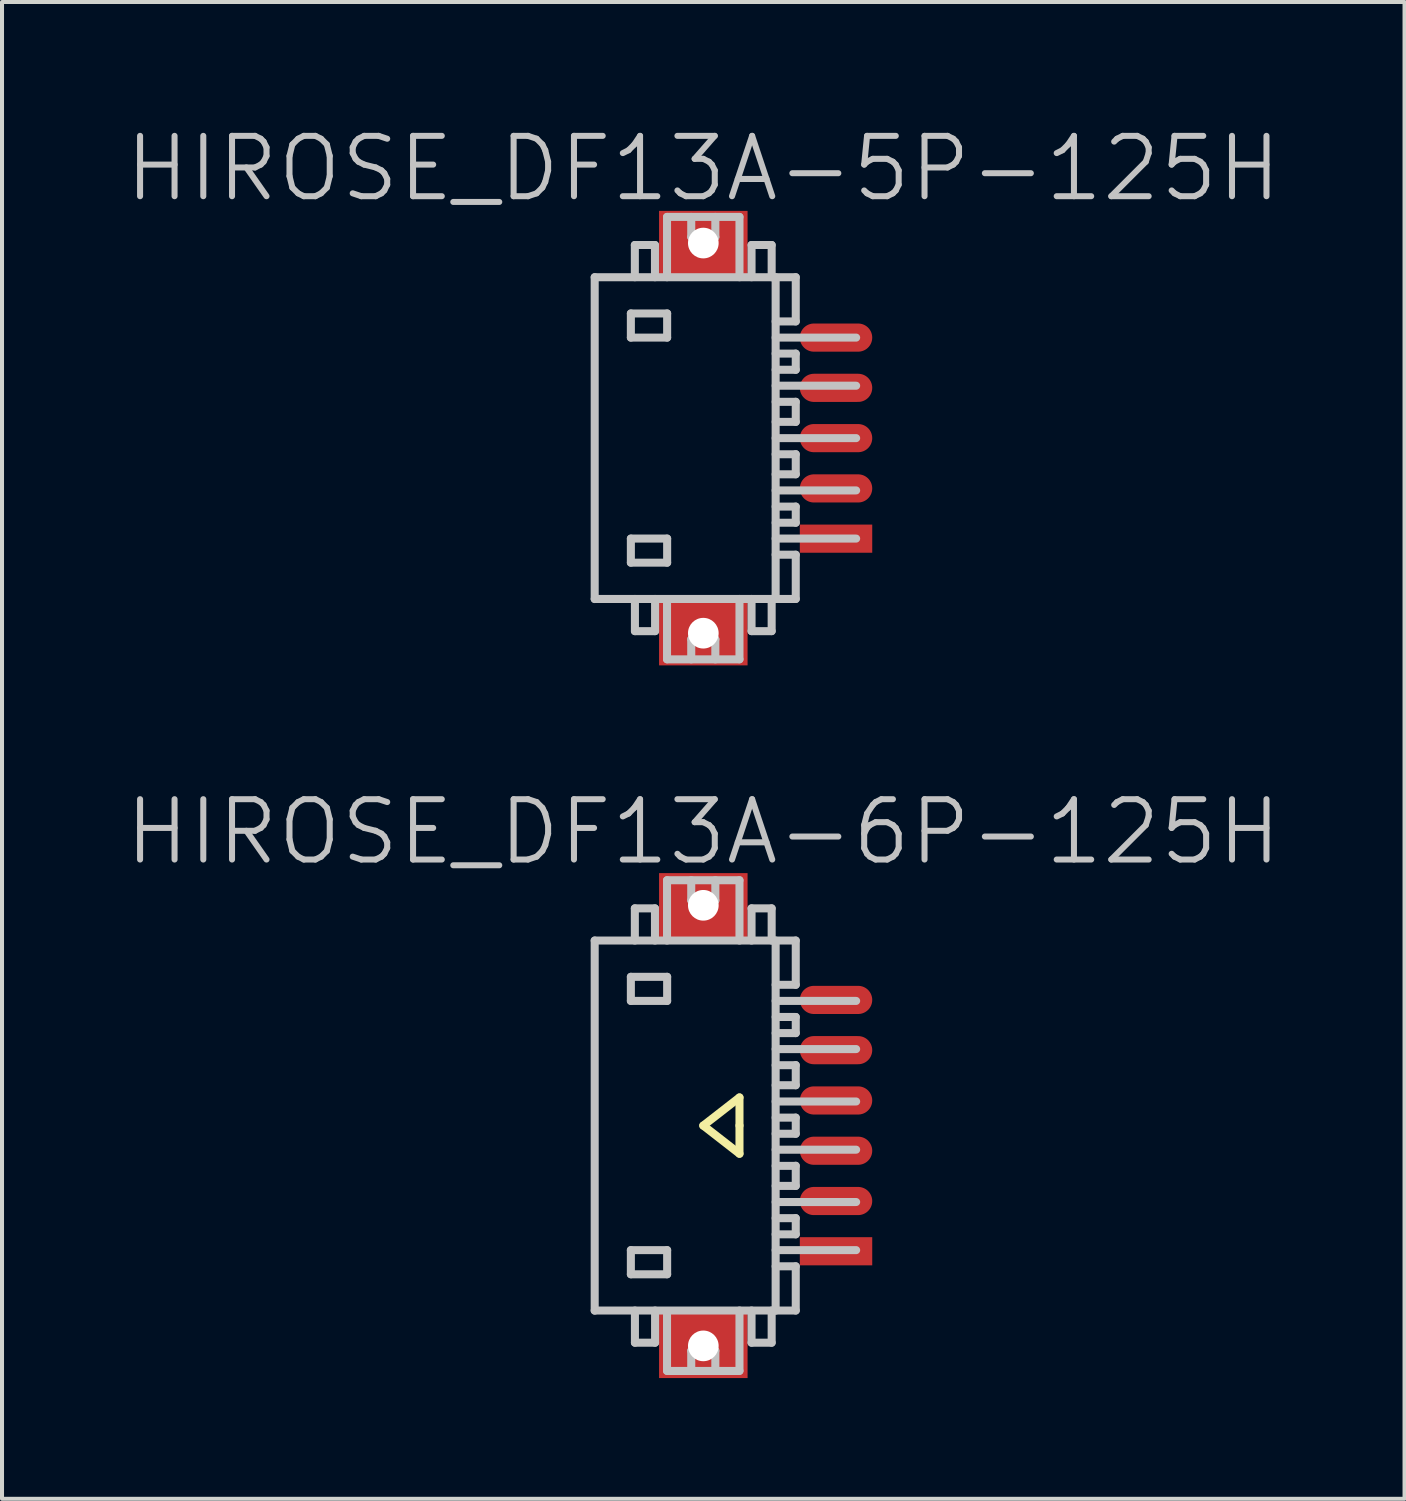
<source format=kicad_pcb>
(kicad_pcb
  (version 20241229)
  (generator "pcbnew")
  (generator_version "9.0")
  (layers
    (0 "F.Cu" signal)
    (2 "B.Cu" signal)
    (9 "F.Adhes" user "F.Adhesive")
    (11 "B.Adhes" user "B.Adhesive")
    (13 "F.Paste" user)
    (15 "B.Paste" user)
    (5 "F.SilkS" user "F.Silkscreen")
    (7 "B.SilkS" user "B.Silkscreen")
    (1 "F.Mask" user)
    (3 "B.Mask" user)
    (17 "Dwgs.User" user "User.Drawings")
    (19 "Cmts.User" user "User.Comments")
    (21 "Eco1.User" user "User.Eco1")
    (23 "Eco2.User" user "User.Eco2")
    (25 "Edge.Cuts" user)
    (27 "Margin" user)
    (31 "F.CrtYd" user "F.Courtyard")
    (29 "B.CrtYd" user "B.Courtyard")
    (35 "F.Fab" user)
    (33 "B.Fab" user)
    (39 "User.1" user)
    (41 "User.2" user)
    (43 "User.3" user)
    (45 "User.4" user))
  (footprint "HIROSE_DF13A-6P-125H"
    (layer "F.Cu")
    (at 14.432 24.93)
    (property "Reference" "HIROSE_DF13A-6P-125H" (at 0 -7.3 180) (layer "Dwgs.User") (effects (font (size 1.5 1.5) (thickness 0.15))))
    (attr smd)
    (fp_line (start 0 0) (end 0.9 0.7) (stroke (width 0.2) (type solid)) (layer "F.SilkS"))
    (fp_line (start 0.9 -0.7) (end 0 0) (stroke (width 0.2) (type solid)) (layer "F.SilkS"))
    (fp_line (start 0.9 0) (end 0.9 -0.7) (stroke (width 0.2) (type solid)) (layer "F.SilkS"))
    (fp_line (start 0.9 0.7) (end 0.9 0) (stroke (width 0.2) (type solid)) (layer "F.SilkS"))
    (fp_line (start -2.699 -4.6) (end -2.699 4.6) (stroke (width 0.2) (type solid)) (layer "Dwgs.User"))
    (fp_line (start -2.699 -4.6) (end 2.299 -4.6) (stroke (width 0.2) (type solid)) (layer "Dwgs.User"))
    (fp_line (start -1.8 -3.698) (end -1.8 -3.099) (stroke (width 0.2) (type solid)) (layer "Dwgs.User"))
    (fp_line (start -1.8 -3.099) (end -0.898 -3.099) (stroke (width 0.2) (type solid)) (layer "Dwgs.User"))
    (fp_line (start -1.8 3.096) (end -0.898 3.096) (stroke (width 0.2) (type solid)) (layer "Dwgs.User"))
    (fp_line (start -1.8 3.696) (end -1.8 3.096) (stroke (width 0.2) (type solid)) (layer "Dwgs.User"))
    (fp_line (start -1.701 -5.4) (end -1.701 -4.6) (stroke (width 0.2) (type solid)) (layer "Dwgs.User"))
    (fp_line (start -1.699 5.397) (end -1.699 4.597) (stroke (width 0.2) (type solid)) (layer "Dwgs.User"))
    (fp_line (start -1.201 -5.4) (end -1.701 -5.4) (stroke (width 0.2) (type solid)) (layer "Dwgs.User"))
    (fp_line (start -1.201 -4.6) (end -1.201 -5.4) (stroke (width 0.2) (type solid)) (layer "Dwgs.User"))
    (fp_line (start -1.198 4.597) (end -1.198 5.397) (stroke (width 0.2) (type solid)) (layer "Dwgs.User"))
    (fp_line (start -1.198 5.397) (end -1.699 5.397) (stroke (width 0.2) (type solid)) (layer "Dwgs.User"))
    (fp_line (start -0.901 -6.099) (end -0.901 -4.6) (stroke (width 0.2) (type solid)) (layer "Dwgs.User"))
    (fp_line (start -0.901 6.096) (end -0.901 4.696) (stroke (width 0.2) (type solid)) (layer "Dwgs.User"))
    (fp_line (start -0.898 -3.698) (end -1.8 -3.698) (stroke (width 0.2) (type solid)) (layer "Dwgs.User"))
    (fp_line (start -0.898 -3.099) (end -0.898 -3.698) (stroke (width 0.2) (type solid)) (layer "Dwgs.User"))
    (fp_line (start -0.898 3.096) (end -0.898 3.696) (stroke (width 0.2) (type solid)) (layer "Dwgs.User"))
    (fp_line (start -0.898 3.696) (end -1.8 3.696) (stroke (width 0.2) (type solid)) (layer "Dwgs.User"))
    (fp_line (start -0.299 -5.598) (end -0.299 -6.099) (stroke (width 0.2) (type solid)) (layer "Dwgs.User"))
    (fp_line (start -0.299 -5.598) (end 0.3 -5.598) (stroke (width 0.2) (type solid)) (layer "Dwgs.User"))
    (fp_line (start -0.299 5.598) (end 0.3 5.598) (stroke (width 0.2) (type solid)) (layer "Dwgs.User"))
    (fp_line (start -0.299 6.099) (end -0.299 5.598) (stroke (width 0.2) (type solid)) (layer "Dwgs.User"))
    (fp_line (start 0.3 -5.598) (end 0.3 -6.099) (stroke (width 0.2) (type solid)) (layer "Dwgs.User"))
    (fp_line (start 0.3 6.099) (end 0.3 5.598) (stroke (width 0.2) (type solid)) (layer "Dwgs.User"))
    (fp_line (start 0.9 -6.099) (end -0.901 -6.099) (stroke (width 0.2) (type solid)) (layer "Dwgs.User"))
    (fp_line (start 0.9 -4.6) (end 0.9 -6.099) (stroke (width 0.2) (type solid)) (layer "Dwgs.User"))
    (fp_line (start 0.9 6.096) (end 0.9 4.597) (stroke (width 0.2) (type solid)) (layer "Dwgs.User"))
    (fp_line (start 0.9 6.099) (end -0.901 6.099) (stroke (width 0.2) (type solid)) (layer "Dwgs.User"))
    (fp_line (start 1.2 -4.6) (end 1.2 -5.4) (stroke (width 0.2) (type solid)) (layer "Dwgs.User"))
    (fp_line (start 1.2 5.397) (end 1.2 4.597) (stroke (width 0.2) (type solid)) (layer "Dwgs.User"))
    (fp_line (start 1.7 -5.4) (end 1.2 -5.4) (stroke (width 0.2) (type solid)) (layer "Dwgs.User"))
    (fp_line (start 1.7 -5.4) (end 1.7 -4.6) (stroke (width 0.2) (type solid)) (layer "Dwgs.User"))
    (fp_line (start 1.7 4.597) (end 1.7 5.397) (stroke (width 0.2) (type solid)) (layer "Dwgs.User"))
    (fp_line (start 1.7 5.397) (end 1.2 5.397) (stroke (width 0.2) (type solid)) (layer "Dwgs.User"))
    (fp_line (start 1.799 -1.902) (end 3.8 -1.902) (stroke (width 0.2) (type solid)) (layer "Dwgs.User"))
    (fp_line (start 1.799 -1.501) (end 2.299 -1.501) (stroke (width 0.2) (type solid)) (layer "Dwgs.User"))
    (fp_line (start 1.799 -0.599) (end 3.8 -0.599) (stroke (width 0.2) (type solid)) (layer "Dwgs.User"))
    (fp_line (start 1.799 0.599) (end 3.8 0.599) (stroke (width 0.2) (type solid)) (layer "Dwgs.User"))
    (fp_line (start 1.799 1.001) (end 2.299 1.001) (stroke (width 0.2) (type solid)) (layer "Dwgs.User"))
    (fp_line (start 1.799 1.9) (end 3.8 1.9) (stroke (width 0.2) (type solid)) (layer "Dwgs.User"))
    (fp_line (start 1.799 3.096) (end 3.8 3.096) (stroke (width 0.2) (type solid)) (layer "Dwgs.User"))
    (fp_line (start 1.799 4.6) (end 1.799 -4.6) (stroke (width 0.2) (type solid)) (layer "Dwgs.User"))
    (fp_line (start 2.299 -3.5) (end 1.799 -3.5) (stroke (width 0.2) (type solid)) (layer "Dwgs.User"))
    (fp_line (start 2.299 -3.5) (end 2.299 -4.6) (stroke (width 0.2) (type solid)) (layer "Dwgs.User"))
    (fp_line (start 2.299 -2.7) (end 1.799 -2.7) (stroke (width 0.2) (type solid)) (layer "Dwgs.User"))
    (fp_line (start 2.299 -2.299) (end 1.799 -2.299) (stroke (width 0.2) (type solid)) (layer "Dwgs.User"))
    (fp_line (start 2.299 -2.299) (end 2.299 -2.7) (stroke (width 0.2) (type solid)) (layer "Dwgs.User"))
    (fp_line (start 2.299 -1.504) (end 2.299 -1.003) (stroke (width 0.2) (type solid)) (layer "Dwgs.User"))
    (fp_line (start 2.299 -1.003) (end 1.799 -1.003) (stroke (width 0.2) (type solid)) (layer "Dwgs.User"))
    (fp_line (start 2.299 -0.198) (end 1.799 -0.198) (stroke (width 0.2) (type solid)) (layer "Dwgs.User"))
    (fp_line (start 2.299 0.203) (end 1.799 0.203) (stroke (width 0.2) (type solid)) (layer "Dwgs.User"))
    (fp_line (start 2.299 0.203) (end 2.299 -0.198) (stroke (width 0.2) (type solid)) (layer "Dwgs.User"))
    (fp_line (start 2.299 0.998) (end 2.299 1.499) (stroke (width 0.2) (type solid)) (layer "Dwgs.User"))
    (fp_line (start 2.299 1.499) (end 1.799 1.499) (stroke (width 0.2) (type solid)) (layer "Dwgs.User"))
    (fp_line (start 2.299 2.301) (end 1.799 2.301) (stroke (width 0.2) (type solid)) (layer "Dwgs.User"))
    (fp_line (start 2.299 2.703) (end 1.799 2.703) (stroke (width 0.2) (type solid)) (layer "Dwgs.User"))
    (fp_line (start 2.299 2.703) (end 2.299 2.301) (stroke (width 0.2) (type solid)) (layer "Dwgs.User"))
    (fp_line (start 2.299 3.498) (end 1.799 3.498) (stroke (width 0.2) (type solid)) (layer "Dwgs.User"))
    (fp_line (start 2.299 4.597) (end -2.699 4.597) (stroke (width 0.2) (type solid)) (layer "Dwgs.User"))
    (fp_line (start 2.299 4.597) (end 2.299 3.498) (stroke (width 0.2) (type solid)) (layer "Dwgs.User"))
    (fp_line (start 3.8 -3.099) (end 1.799 -3.099) (stroke (width 0.2) (type solid)) (layer "Dwgs.User"))
    (pad "" np_thru_hole rect (at 0.001 -5.476 270) (size 1.6 2.2) (drill 0.762) (layers "F.Cu" "F.Mask" "F.Paste"))
    (pad "" np_thru_hole rect (at 0.001 5.476 270) (size 1.6 2.2) (drill 0.762) (layers "F.Cu" "F.Mask" "F.Paste"))
    (pad "1" smd rect (at 3.3 3.124 270) (size 0.7 1.8) (layers "F.Cu" "F.Mask" "F.Paste"))
    (pad "2" smd oval (at 3.3 1.875 270) (size 0.7 1.8) (layers "F.Cu" "F.Mask" "F.Paste"))
    (pad "3" smd oval (at 3.3 0.625 270) (size 0.7 1.8) (layers "F.Cu" "F.Mask" "F.Paste"))
    (pad "4" smd oval (at 3.3 -0.625 270) (size 0.7 1.8) (layers "F.Cu" "F.Mask" "F.Paste"))
    (pad "5" smd oval (at 3.3 -1.875 270) (size 0.7 1.8) (layers "F.Cu" "F.Mask" "F.Paste"))
    (pad "6" smd oval (at 3.3 -3.124 270) (size 0.7 1.8) (layers "F.Cu" "F.Mask" "F.Paste")))
  (footprint "HIROSE_DF13A-5P-125H"
    (layer "F.Cu")
    (at 14.432 7.841)
    (property "Reference" "HIROSE_DF13A-5P-125H" (at 0 -6.7 180) (layer "Dwgs.User") (effects (font (size 1.5 1.5) (thickness 0.15))))
    (attr smd)
    (fp_line (start -2.699 -4) (end -2.699 4) (stroke (width 0.2) (type solid)) (layer "Dwgs.User"))
    (fp_line (start -2.699 -4) (end 2.299 -4) (stroke (width 0.2) (type solid)) (layer "Dwgs.User"))
    (fp_line (start -1.8 -3.099) (end -1.8 -2.499) (stroke (width 0.2) (type solid)) (layer "Dwgs.User"))
    (fp_line (start -1.8 -2.499) (end -0.898 -2.499) (stroke (width 0.2) (type solid)) (layer "Dwgs.User"))
    (fp_line (start -1.8 2.497) (end -0.898 2.497) (stroke (width 0.2) (type solid)) (layer "Dwgs.User"))
    (fp_line (start -1.8 3.096) (end -1.8 2.497) (stroke (width 0.2) (type solid)) (layer "Dwgs.User"))
    (fp_line (start -1.701 -4.801) (end -1.701 -4) (stroke (width 0.2) (type solid)) (layer "Dwgs.User"))
    (fp_line (start -1.699 4.798) (end -1.699 3.998) (stroke (width 0.2) (type solid)) (layer "Dwgs.User"))
    (fp_line (start -1.201 -4.801) (end -1.701 -4.801) (stroke (width 0.2) (type solid)) (layer "Dwgs.User"))
    (fp_line (start -1.201 -4) (end -1.201 -4.801) (stroke (width 0.2) (type solid)) (layer "Dwgs.User"))
    (fp_line (start -1.198 3.998) (end -1.198 4.798) (stroke (width 0.2) (type solid)) (layer "Dwgs.User"))
    (fp_line (start -1.198 4.798) (end -1.699 4.798) (stroke (width 0.2) (type solid)) (layer "Dwgs.User"))
    (fp_line (start -0.901 -5.499) (end -0.901 -4) (stroke (width 0.2) (type solid)) (layer "Dwgs.User"))
    (fp_line (start -0.901 5.497) (end -0.901 4.097) (stroke (width 0.2) (type solid)) (layer "Dwgs.User"))
    (fp_line (start -0.898 -3.099) (end -1.8 -3.099) (stroke (width 0.2) (type solid)) (layer "Dwgs.User"))
    (fp_line (start -0.898 -2.499) (end -0.898 -3.099) (stroke (width 0.2) (type solid)) (layer "Dwgs.User"))
    (fp_line (start -0.898 2.497) (end -0.898 3.096) (stroke (width 0.2) (type solid)) (layer "Dwgs.User"))
    (fp_line (start -0.898 3.096) (end -1.8 3.096) (stroke (width 0.2) (type solid)) (layer "Dwgs.User"))
    (fp_line (start -0.299 -4.999) (end -0.299 -5.499) (stroke (width 0.2) (type solid)) (layer "Dwgs.User"))
    (fp_line (start -0.299 -4.999) (end 0.3 -4.999) (stroke (width 0.2) (type solid)) (layer "Dwgs.User"))
    (fp_line (start -0.299 4.999) (end 0.3 4.999) (stroke (width 0.2) (type solid)) (layer "Dwgs.User"))
    (fp_line (start -0.299 5.499) (end -0.299 4.999) (stroke (width 0.2) (type solid)) (layer "Dwgs.User"))
    (fp_line (start 0.3 -4.999) (end 0.3 -5.499) (stroke (width 0.2) (type solid)) (layer "Dwgs.User"))
    (fp_line (start 0.3 5.499) (end 0.3 4.999) (stroke (width 0.2) (type solid)) (layer "Dwgs.User"))
    (fp_line (start 0.9 -5.499) (end -0.901 -5.499) (stroke (width 0.2) (type solid)) (layer "Dwgs.User"))
    (fp_line (start 0.9 -4) (end 0.9 -5.499) (stroke (width 0.2) (type solid)) (layer "Dwgs.User"))
    (fp_line (start 0.9 5.497) (end 0.9 3.998) (stroke (width 0.2) (type solid)) (layer "Dwgs.User"))
    (fp_line (start 0.9 5.499) (end -0.901 5.499) (stroke (width 0.2) (type solid)) (layer "Dwgs.User"))
    (fp_line (start 1.2 -4) (end 1.2 -4.801) (stroke (width 0.2) (type solid)) (layer "Dwgs.User"))
    (fp_line (start 1.2 4.798) (end 1.2 3.998) (stroke (width 0.2) (type solid)) (layer "Dwgs.User"))
    (fp_line (start 1.7 -4.801) (end 1.2 -4.801) (stroke (width 0.2) (type solid)) (layer "Dwgs.User"))
    (fp_line (start 1.7 -4.801) (end 1.7 -4) (stroke (width 0.2) (type solid)) (layer "Dwgs.User"))
    (fp_line (start 1.7 3.998) (end 1.7 4.798) (stroke (width 0.2) (type solid)) (layer "Dwgs.User"))
    (fp_line (start 1.7 4.798) (end 1.2 4.798) (stroke (width 0.2) (type solid)) (layer "Dwgs.User"))
    (fp_line (start 1.799 -1.303) (end 3.8 -1.303) (stroke (width 0.2) (type solid)) (layer "Dwgs.User"))
    (fp_line (start 1.799 -0.902) (end 2.299 -0.902) (stroke (width 0.2) (type solid)) (layer "Dwgs.User"))
    (fp_line (start 1.799 0) (end 3.8 0) (stroke (width 0.2) (type solid)) (layer "Dwgs.User"))
    (fp_line (start 1.799 0.401) (end 2.299 0.401) (stroke (width 0.2) (type solid)) (layer "Dwgs.User"))
    (fp_line (start 1.799 1.3) (end 3.8 1.3) (stroke (width 0.2) (type solid)) (layer "Dwgs.User"))
    (fp_line (start 1.799 2.497) (end 3.8 2.497) (stroke (width 0.2) (type solid)) (layer "Dwgs.User"))
    (fp_line (start 1.799 4) (end 1.799 -4) (stroke (width 0.2) (type solid)) (layer "Dwgs.User"))
    (fp_line (start 2.299 -2.901) (end 1.799 -2.901) (stroke (width 0.2) (type solid)) (layer "Dwgs.User"))
    (fp_line (start 2.299 -2.901) (end 2.299 -4) (stroke (width 0.2) (type solid)) (layer "Dwgs.User"))
    (fp_line (start 2.299 -2.101) (end 1.799 -2.101) (stroke (width 0.2) (type solid)) (layer "Dwgs.User"))
    (fp_line (start 2.299 -1.699) (end 1.799 -1.699) (stroke (width 0.2) (type solid)) (layer "Dwgs.User"))
    (fp_line (start 2.299 -1.699) (end 2.299 -2.101) (stroke (width 0.2) (type solid)) (layer "Dwgs.User"))
    (fp_line (start 2.299 -0.904) (end 2.299 -0.404) (stroke (width 0.2) (type solid)) (layer "Dwgs.User"))
    (fp_line (start 2.299 -0.404) (end 1.799 -0.404) (stroke (width 0.2) (type solid)) (layer "Dwgs.User"))
    (fp_line (start 2.299 0.399) (end 2.299 0.899) (stroke (width 0.2) (type solid)) (layer "Dwgs.User"))
    (fp_line (start 2.299 0.899) (end 1.799 0.899) (stroke (width 0.2) (type solid)) (layer "Dwgs.User"))
    (fp_line (start 2.299 1.702) (end 1.799 1.702) (stroke (width 0.2) (type solid)) (layer "Dwgs.User"))
    (fp_line (start 2.299 2.103) (end 1.799 2.103) (stroke (width 0.2) (type solid)) (layer "Dwgs.User"))
    (fp_line (start 2.299 2.103) (end 2.299 1.702) (stroke (width 0.2) (type solid)) (layer "Dwgs.User"))
    (fp_line (start 2.299 2.898) (end 1.799 2.898) (stroke (width 0.2) (type solid)) (layer "Dwgs.User"))
    (fp_line (start 2.299 3.998) (end -2.699 3.998) (stroke (width 0.2) (type solid)) (layer "Dwgs.User"))
    (fp_line (start 2.299 3.998) (end 2.299 2.898) (stroke (width 0.2) (type solid)) (layer "Dwgs.User"))
    (fp_line (start 3.8 -2.499) (end 1.799 -2.499) (stroke (width 0.2) (type solid)) (layer "Dwgs.User"))
    (pad "" np_thru_hole rect (at 0.001 -4.849 270) (size 1.6 2.2) (drill 0.762) (layers "F.Cu" "F.Mask" "F.Paste"))
    (pad "" np_thru_hole rect (at 0.001 4.849 270) (size 1.6 2.2) (drill 0.762) (layers "F.Cu" "F.Mask" "F.Paste"))
    (pad "1" smd rect (at 3.3 2.499 270) (size 0.7 1.8) (layers "F.Cu" "F.Mask" "F.Paste"))
    (pad "2" smd oval (at 3.3 1.25 270) (size 0.7 1.8) (layers "F.Cu" "F.Mask" "F.Paste"))
    (pad "3" smd oval (at 3.3 0 270) (size 0.7 1.8) (layers "F.Cu" "F.Mask" "F.Paste"))
    (pad "4" smd oval (at 3.3 -1.25 270) (size 0.7 1.8) (layers "F.Cu" "F.Mask" "F.Paste"))
    (pad "5" smd oval (at 3.3 -2.499 270) (size 0.7 1.8) (layers "F.Cu" "F.Mask" "F.Paste")))
  (gr_rect
    (start -3 -3)
    (end 31.864 34.207)
    (stroke (width 0.1) (type default))
    (fill no)
    (layer "Edge.Cuts")))
</source>
